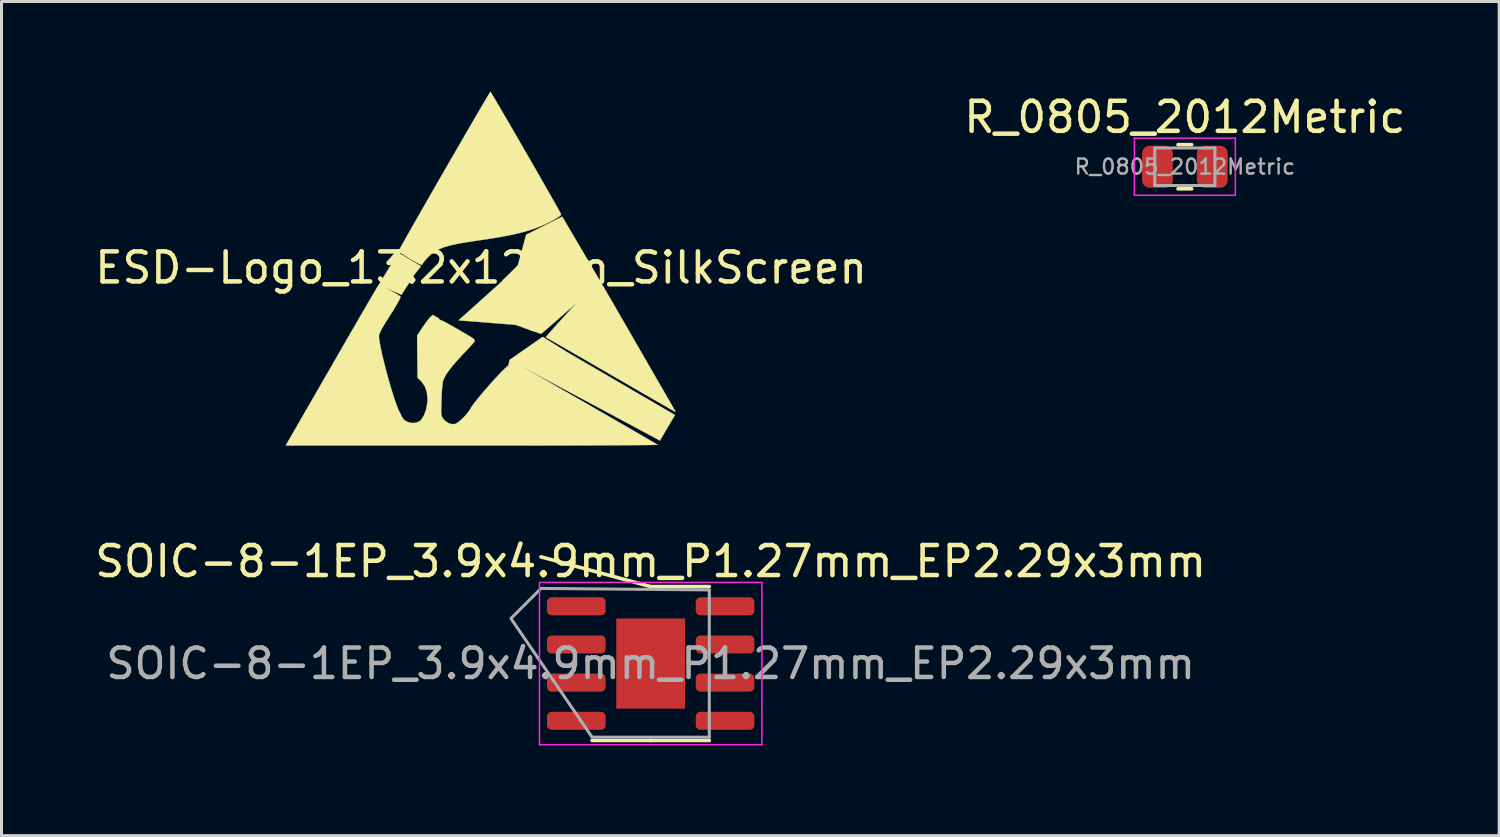
<source format=kicad_pcb>
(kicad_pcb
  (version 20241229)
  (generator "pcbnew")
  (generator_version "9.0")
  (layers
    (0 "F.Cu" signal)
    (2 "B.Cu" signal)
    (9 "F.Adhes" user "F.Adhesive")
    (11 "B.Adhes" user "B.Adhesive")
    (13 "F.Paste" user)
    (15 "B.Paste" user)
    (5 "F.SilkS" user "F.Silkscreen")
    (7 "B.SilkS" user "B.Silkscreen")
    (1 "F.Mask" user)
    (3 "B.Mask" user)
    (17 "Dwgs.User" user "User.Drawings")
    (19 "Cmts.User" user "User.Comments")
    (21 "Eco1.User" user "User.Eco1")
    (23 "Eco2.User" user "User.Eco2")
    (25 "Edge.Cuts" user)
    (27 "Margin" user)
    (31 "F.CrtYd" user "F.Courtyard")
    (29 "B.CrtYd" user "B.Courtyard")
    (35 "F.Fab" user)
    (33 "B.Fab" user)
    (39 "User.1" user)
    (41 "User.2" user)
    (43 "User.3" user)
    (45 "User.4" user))
  (footprint "SOIC-8-1EP_3.9x4.9mm_P1.27mm_EP2.29x3mm"
    (layer "F.Cu")
    (at 18.601 19.029)
    (property "Reference" "SOIC-8-1EP_3.9x4.9mm_P1.27mm_EP2.29x3mm" (at 0 -3.4 0) (layer "F.SilkS") (effects (font (size 1 1) (thickness 0.15))))
    (attr smd)
    (fp_line (start 0 -2.56) (end -3.65 -3.55) (stroke (width 0.12) (type solid)) (layer "F.SilkS"))
    (fp_line (start 0 -2.56) (end 1.95 -2.56) (stroke (width 0.12) (type solid)) (layer "F.SilkS"))
    (fp_line (start 0 2.56) (end -1.95 2.56) (stroke (width 0.12) (type solid)) (layer "F.SilkS"))
    (fp_line (start 0 2.56) (end 1.95 2.56) (stroke (width 0.12) (type solid)) (layer "F.SilkS"))
    (fp_line (start -3.7 -2.7) (end -3.7 2.7) (stroke (width 0.05) (type solid)) (layer "F.CrtYd"))
    (fp_line (start -3.7 2.7) (end 3.7 2.7) (stroke (width 0.05) (type solid)) (layer "F.CrtYd"))
    (fp_line (start 3.7 -2.7) (end -3.7 -2.7) (stroke (width 0.05) (type solid)) (layer "F.CrtYd"))
    (fp_line (start 3.7 2.7) (end 3.7 -2.7) (stroke (width 0.05) (type solid)) (layer "F.CrtYd"))
    (fp_line (start -4.625 -1.525) (end -3.65 -2.5) (stroke (width 0.1) (type solid)) (layer "F.Fab"))
    (fp_line (start -3.65 -2.5) (end 1.95 -2.45) (stroke (width 0.1) (type solid)) (layer "F.Fab"))
    (fp_line (start -1.95 2.45) (end -4.65 -1.5) (stroke (width 0.1) (type solid)) (layer "F.Fab"))
    (fp_line (start 1.95 -2.45) (end 1.95 2.45) (stroke (width 0.1) (type solid)) (layer "F.Fab"))
    (fp_line (start 1.95 2.45) (end -1.95 2.45) (stroke (width 0.1) (type solid)) (layer "F.Fab"))
    (fp_text user "${REFERENCE}" (at 0 0 0) (layer "F.Fab") (effects (font (size 0.98 0.98) (thickness 0.15))))
    (pad "" smd roundrect (at -0.57 -0.75) (size 0.92 1.21) (layers "F.Paste") (roundrect_rratio 0.25))
    (pad "" smd roundrect (at -0.57 0.75) (size 0.92 1.21) (layers "F.Paste") (roundrect_rratio 0.25))
    (pad "" smd roundrect (at 0.57 -0.75) (size 0.92 1.21) (layers "F.Paste") (roundrect_rratio 0.25))
    (pad "" smd roundrect (at 0.57 0.75) (size 0.92 1.21) (layers "F.Paste") (roundrect_rratio 0.25))
    (pad "1" smd roundrect (at -2.475 -1.905) (size 1.95 0.6) (layers "F.Cu" "F.Mask" "F.Paste") (roundrect_rratio 0.25))
    (pad "2" smd roundrect (at -2.475 -0.635) (size 1.95 0.6) (layers "F.Cu" "F.Mask" "F.Paste") (roundrect_rratio 0.25))
    (pad "3" smd roundrect (at -2.475 0.635) (size 1.95 0.6) (layers "F.Cu" "F.Mask" "F.Paste") (roundrect_rratio 0.25))
    (pad "4" smd roundrect (at -2.475 1.905) (size 1.95 0.6) (layers "F.Cu" "F.Mask" "F.Paste") (roundrect_rratio 0.25))
    (pad "5" smd roundrect (at 2.475 1.905) (size 1.95 0.6) (layers "F.Cu" "F.Mask" "F.Paste") (roundrect_rratio 0.25))
    (pad "6" smd roundrect (at 2.475 0.635) (size 1.95 0.6) (layers "F.Cu" "F.Mask" "F.Paste") (roundrect_rratio 0.25))
    (pad "7" smd roundrect (at 2.475 -0.635) (size 1.95 0.6) (layers "F.Cu" "F.Mask" "F.Paste") (roundrect_rratio 0.25))
    (pad "8" smd roundrect (at 2.475 -1.905) (size 1.95 0.6) (layers "F.Cu" "F.Mask" "F.Paste") (roundrect_rratio 0.25))
    (pad "9" smd rect (at 0 0) (size 2.29 3) (layers "F.Cu" "F.Mask")))
  (footprint "R_0805_2012Metric"
    (layer "F.Cu")
    (at 36.375 2.498)
    (property "Reference" "R_0805_2012Metric" (at 0 -1.65 0) (layer "F.SilkS") (effects (font (size 1 1) (thickness 0.15))))
    (attr smd)
    (fp_line (start -0.227 -0.735) (end 0.227 -0.735) (stroke (width 0.12) (type solid)) (layer "F.SilkS"))
    (fp_line (start -0.227 0.735) (end 0.227 0.735) (stroke (width 0.12) (type solid)) (layer "F.SilkS"))
    (fp_line (start -1.68 -0.95) (end 1.68 -0.95) (stroke (width 0.05) (type solid)) (layer "F.CrtYd"))
    (fp_line (start -1.68 0.95) (end -1.68 -0.95) (stroke (width 0.05) (type solid)) (layer "F.CrtYd"))
    (fp_line (start 1.68 -0.95) (end 1.68 0.95) (stroke (width 0.05) (type solid)) (layer "F.CrtYd"))
    (fp_line (start 1.68 0.95) (end -1.68 0.95) (stroke (width 0.05) (type solid)) (layer "F.CrtYd"))
    (fp_line (start -1 -0.625) (end 1 -0.625) (stroke (width 0.1) (type solid)) (layer "F.Fab"))
    (fp_line (start -1 0.625) (end -1 -0.625) (stroke (width 0.1) (type solid)) (layer "F.Fab"))
    (fp_line (start 1 -0.625) (end 1 0.625) (stroke (width 0.1) (type solid)) (layer "F.Fab"))
    (fp_line (start 1 0.625) (end -1 0.625) (stroke (width 0.1) (type solid)) (layer "F.Fab"))
    (fp_text user "${REFERENCE}" (at 0 0 0) (layer "F.Fab") (effects (font (size 0.5 0.5) (thickness 0.08))))
    (pad "1" smd roundrect (at -0.912 0) (size 1.025 1.4) (layers "F.Cu" "F.Mask" "F.Paste") (roundrect_rratio 0.244))
    (pad "2" smd roundrect (at 0.912 0) (size 1.025 1.4) (layers "F.Cu" "F.Mask" "F.Paste") (roundrect_rratio 0.244)))
  (footprint "ESD-Logo_13.2x12mm_SilkScreen"
    (layer "F.Cu")
    (at 12.958 5.859)
    (property "Reference" "ESD-Logo_13.2x12mm_SilkScreen" (at 0 0 0) (layer "F.SilkS") (effects (font (size 1 1) (thickness 0.15))))
    (attr exclude_from_pos_files exclude_from_bom)
    (fp_poly (pts (xy 3.975 0.469) (xy 3.998 0.507) (xy 4.049 0.595) (xy 4.126 0.727) (xy 4.226 0.9) (xy 4.348 1.109) (xy 4.487 1.35) (xy 4.642 1.619) (xy 4.811 1.91) (xy 4.99 2.221) (xy 5.174 2.54) (xy 5.362 2.866) (xy 5.543 3.179) (xy 5.713 3.475) (xy 5.871 3.748) (xy 6.014 3.995) (xy 6.138 4.211) (xy 6.242 4.391) (xy 6.322 4.53) (xy 6.377 4.625) (xy 6.403 4.67) (xy 6.445 4.745) (xy 6.468 4.792) (xy 6.469 4.8) (xy 6.441 4.784) (xy 6.364 4.74) (xy 6.241 4.67) (xy 6.077 4.575) (xy 5.875 4.459) (xy 5.64 4.324) (xy 5.375 4.171) (xy 5.085 4.003) (xy 4.774 3.824) (xy 4.446 3.634) (xy 4.321 3.561) (xy 3.987 3.368) (xy 3.668 3.184) (xy 3.369 3.011) (xy 3.093 2.852) (xy 2.844 2.709) (xy 2.628 2.584) (xy 2.447 2.48) (xy 2.306 2.399) (xy 2.208 2.344) (xy 2.159 2.317) (xy 2.154 2.314) (xy 2.169 2.29) (xy 2.221 2.228) (xy 2.305 2.131) (xy 2.415 2.007) (xy 2.547 1.861) (xy 2.694 1.699) (xy 2.852 1.526) (xy 3.015 1.349) (xy 3.179 1.172) (xy 2 2.2) (xy 1.7 2.1) (xy 1.15 1.9) (xy -0.75 1.75) (xy 1.2 0) (xy 1.5 -1.1) (xy 2.7 -1.7) (xy 3.975 0.469)) (stroke (width 0.01) (type solid)) (fill yes) (layer "F.SilkS"))
    (fp_poly (pts (xy 0.328 -5.828) (xy 0.374 -5.754) (xy 0.445 -5.635) (xy 0.538 -5.478) (xy 0.65 -5.287) (xy 0.778 -5.067) (xy 0.92 -4.825) (xy 1.071 -4.563) (xy 1.231 -4.288) (xy 1.394 -4.005) (xy 1.56 -3.718) (xy 1.724 -3.433) (xy 1.884 -3.155) (xy 2.037 -2.888) (xy 2.179 -2.638) (xy 2.309 -2.411) (xy 2.423 -2.21) (xy 2.519 -2.04) (xy 2.592 -1.908) (xy 2.641 -1.818) (xy 2.663 -1.775) (xy 2.664 -1.773) (xy 2.637 -1.736) (xy 2.562 -1.68) (xy 2.448 -1.611) (xy 2.305 -1.532) (xy 2.154 -1.458) (xy 1.949 -1.368) (xy 1.734 -1.288) (xy 1.5 -1.214) (xy 1.241 -1.146) (xy 0.949 -1.082) (xy 0.617 -1.02) (xy 0.238 -0.958) (xy -0.155 -0.9) (xy -0.496 -0.848) (xy -0.783 -0.798) (xy -1.022 -0.745) (xy -1.221 -0.687) (xy -1.386 -0.623) (xy -1.526 -0.549) (xy -1.647 -0.463) (xy -1.756 -0.362) (xy -1.792 -0.325) (xy -1.868 -0.238) (xy -1.925 -0.167) (xy -1.951 -0.125) (xy -1.951 -0.121) (xy -1.961 -0.1) (xy -1.992 -0.1) (xy -2.053 -0.123) (xy -2.15 -0.173) (xy -2.289 -0.252) (xy -2.385 -0.309) (xy -2.529 -0.398) (xy -2.641 -0.473) (xy -2.713 -0.531) (xy -2.738 -0.565) (xy -2.738 -0.565) (xy -2.722 -0.598) (xy -2.678 -0.679) (xy -2.608 -0.805) (xy -2.515 -0.97) (xy -2.401 -1.172) (xy -2.269 -1.404) (xy -2.122 -1.663) (xy -1.961 -1.944) (xy -1.79 -2.243) (xy -1.61 -2.555) (xy -1.426 -2.877) (xy -1.238 -3.203) (xy -1.05 -3.529) (xy -0.864 -3.85) (xy -0.683 -4.163) (xy -0.51 -4.463) (xy -0.346 -4.745) (xy -0.195 -5.005) (xy -0.058 -5.238) (xy 0.06 -5.441) (xy 0.159 -5.608) (xy 0.235 -5.736) (xy 0.286 -5.819) (xy 0.309 -5.854) (xy 0.31 -5.854) (xy 0.328 -5.828)) (stroke (width 0.01) (type solid)) (fill yes) (layer "F.SilkS"))
    (fp_poly (pts (xy -2.2 0.2) (xy -2.65 0.9) (xy -3.192 0.657) (xy -3.049 0.736) (xy -3.038 0.742) (xy -2.907 0.817) (xy -2.796 0.883) (xy -2.717 0.932) (xy -2.68 0.96) (xy -2.679 0.961) (xy -2.688 0.999) (xy -2.729 1.083) (xy -2.8 1.21) (xy -2.897 1.374) (xy -3.019 1.57) (xy -3.162 1.795) (xy -3.197 1.85) (xy -3.29 2.003) (xy -3.357 2.135) (xy -3.394 2.234) (xy -3.397 2.253) (xy -3.396 2.339) (xy -3.377 2.474) (xy -3.344 2.652) (xy -3.299 2.862) (xy -3.243 3.096) (xy -3.18 3.345) (xy -3.112 3.601) (xy -3.04 3.855) (xy -2.968 4.098) (xy -2.898 4.322) (xy -2.831 4.518) (xy -2.771 4.676) (xy -2.729 4.77) (xy -2.679 4.87) (xy -2.633 4.966) (xy -2.63 4.972) (xy -2.553 5.068) (xy -2.44 5.134) (xy -2.308 5.165) (xy -2.175 5.16) (xy -2.058 5.116) (xy -1.991 5.059) (xy -1.896 4.901) (xy -1.827 4.705) (xy -1.788 4.49) (xy -1.783 4.368) (xy -1.805 4.14) (xy -1.869 3.951) (xy -1.979 3.793) (xy -2.013 3.757) (xy -2.115 3.658) (xy -2.129 2.259) (xy -1.95 1.989) (xy -1.867 1.867) (xy -1.786 1.757) (xy -1.72 1.675) (xy -1.692 1.644) (xy -1.611 1.57) (xy -1.503 1.628) (xy -1.434 1.67) (xy -1.396 1.703) (xy -1.394 1.709) (xy -1.368 1.733) (xy -1.324 1.752) (xy -1.282 1.769) (xy -1.217 1.8) (xy -1.123 1.85) (xy -0.996 1.921) (xy -0.83 2.016) (xy -0.619 2.139) (xy -0.504 2.206) (xy -0.369 2.286) (xy -0.28 2.343) (xy -0.23 2.384) (xy -0.211 2.415) (xy -0.215 2.443) (xy -0.218 2.45) (xy -0.249 2.491) (xy -0.316 2.567) (xy -0.41 2.671) (xy -0.524 2.794) (xy -0.623 2.898) (xy -0.85 3.145) (xy -1.028 3.359) (xy -1.158 3.542) (xy -1.241 3.697) (xy -1.27 3.776) (xy -1.281 3.844) (xy -1.293 3.962) (xy -1.305 4.114) (xy -1.314 4.288) (xy -1.319 4.399) (xy -1.325 4.589) (xy -1.328 4.728) (xy -1.326 4.827) (xy -1.32 4.896) (xy -1.307 4.945) (xy -1.287 4.987) (xy -1.272 5.012) (xy -1.183 5.109) (xy -1.069 5.177) (xy -0.949 5.207) (xy -0.858 5.196) (xy -0.777 5.15) (xy -0.675 5.067) (xy -0.566 4.962) (xy -0.465 4.849) (xy -0.387 4.743) (xy -0.358 4.692) (xy -0.315 4.622) (xy -0.236 4.515) (xy -0.13 4.38) (xy -0.002 4.224) (xy 0.139 4.058) (xy 0.288 3.887) (xy 0.435 3.722) (xy 0.575 3.571) (xy 0.7 3.441) (xy 0.799 3.345) (xy 0.908 3.25) (xy 0.95 3.065) (xy 2.05 2.3) (xy 2.85 2.8) (xy 6.45 4.9) (xy 5.95 5.75) (xy 1.325 3.27) (xy 1.49 3.364) (xy 1.691 3.478) (xy 1.921 3.609) (xy 2.176 3.755) (xy 2.452 3.914) (xy 2.744 4.081) (xy 3.048 4.255) (xy 3.358 4.433) (xy 3.669 4.613) (xy 3.978 4.79) (xy 4.279 4.964) (xy 4.568 5.131) (xy 4.839 5.288) (xy 5.089 5.433) (xy 5.313 5.562) (xy 5.505 5.674) (xy 5.662 5.766) (xy 5.777 5.834) (xy 5.848 5.877) (xy 5.868 5.89) (xy 5.841 5.893) (xy 5.754 5.895) (xy 5.611 5.898) (xy 5.415 5.9) (xy 5.169 5.902) (xy 4.875 5.904) (xy 4.536 5.906) (xy 4.156 5.908) (xy 3.736 5.91) (xy 3.281 5.911) (xy 2.792 5.913) (xy 2.274 5.914) (xy 1.728 5.915) (xy 1.157 5.916) (xy 0.565 5.916) (xy -0.046 5.916) (xy -0.302 5.916) (xy -6.502 5.916) (xy -6.06 5.15) (xy -5.966 4.987) (xy -5.846 4.778) (xy -5.702 4.53) (xy -5.54 4.248) (xy -5.363 3.941) (xy -5.176 3.615) (xy -4.981 3.278) (xy -4.784 2.935) (xy -4.588 2.595) (xy -4.538 2.509) (xy -4.358 2.196) (xy -4.185 1.898) (xy -4.024 1.619) (xy -3.876 1.365) (xy -3.745 1.139) (xy -3.632 0.946) (xy -3.54 0.79) (xy -3.473 0.677) (xy -3.432 0.609) (xy -3.42 0.592) (xy -2.75 -0.5) (xy -2 -0.05)) (stroke (width 0.01) (type solid)) (fill yes) (layer "F.SilkS")))
  (gr_rect
    (start -3 -3)
    (end 46.833 24.754)
    (stroke (width 0.1) (type default))
    (fill no)
    (layer "Edge.Cuts")))
</source>
